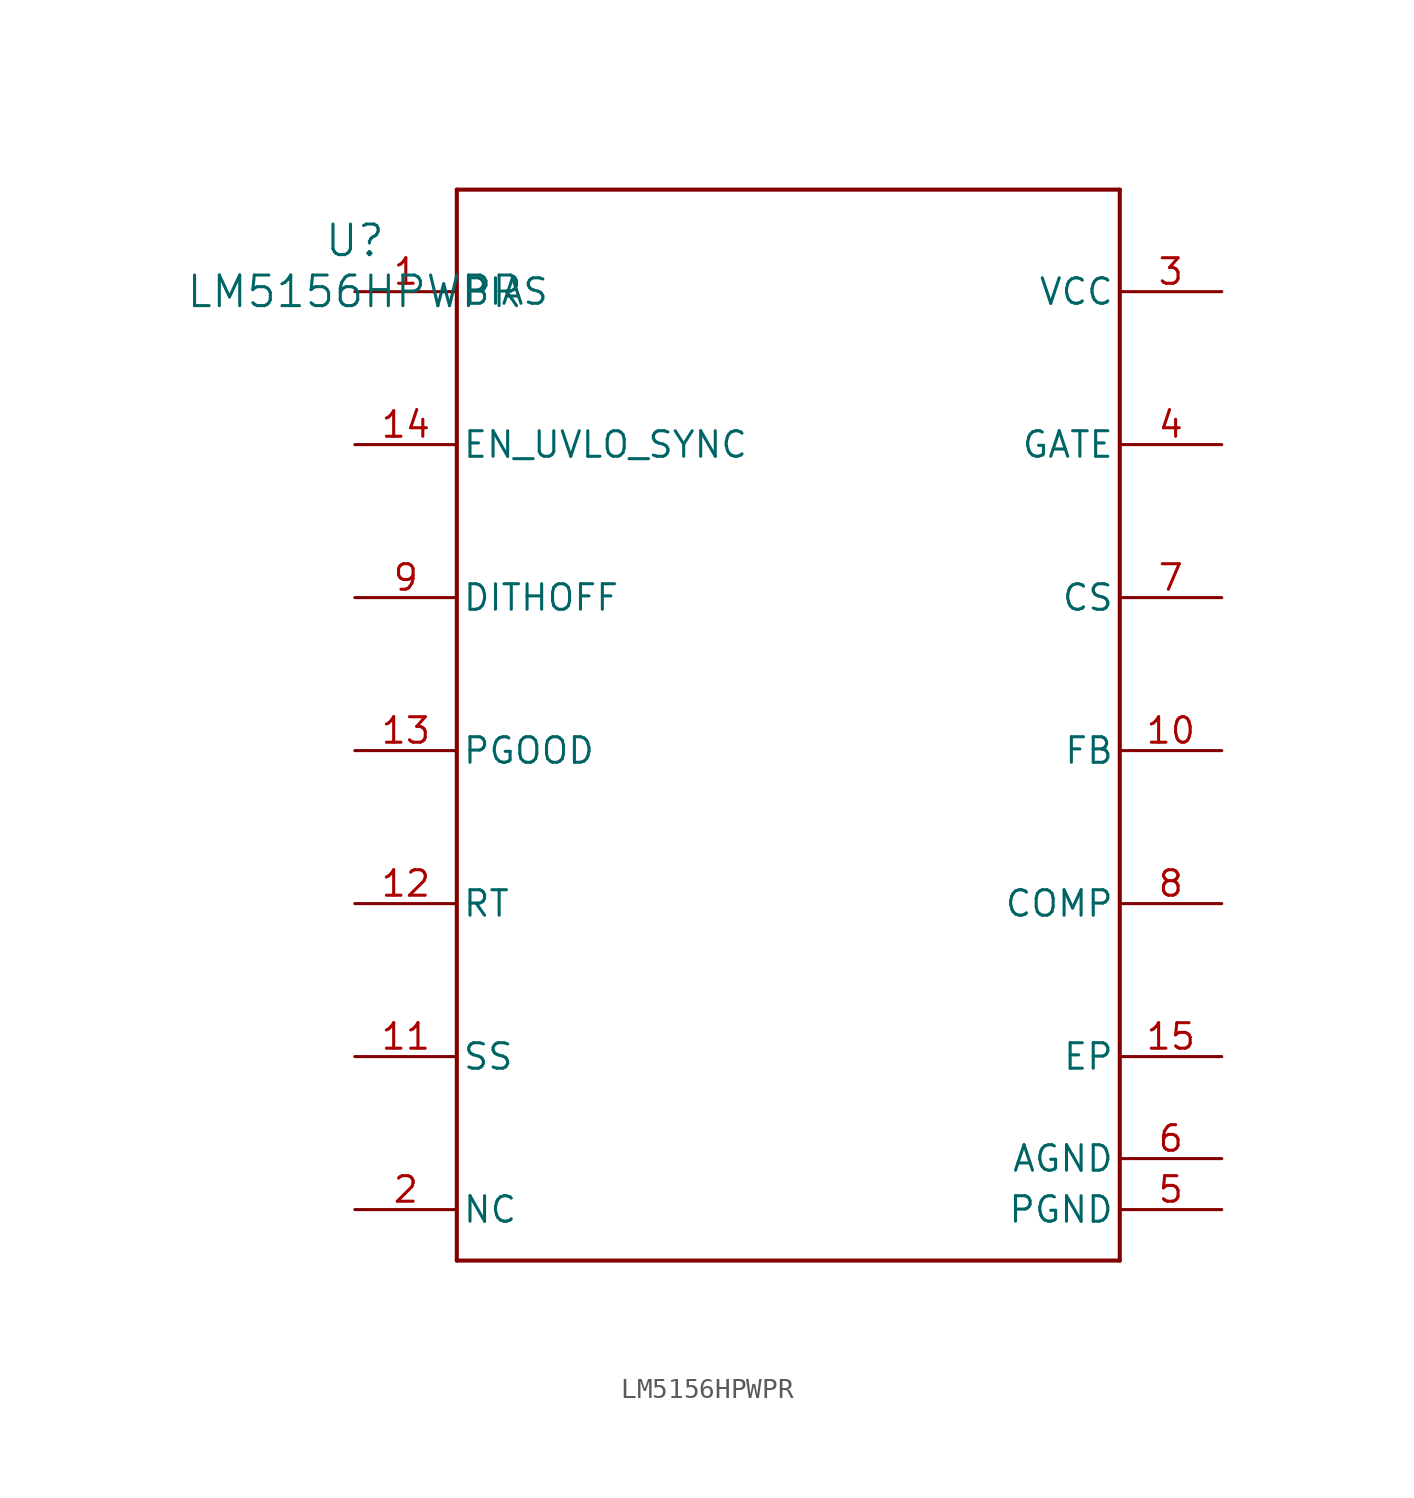
<source format=kicad_sym>
(kicad_symbol_lib
  (version 20211014)
  (generator kicad_symbol_editor)
  (symbol "LM5156HPWPR"
    (pin_names
      (offset 0.254))
    (property "Reference" "U"
      (at 0 2.54 0)
      (effects (font (size 1.524 1.524))))
    (property "Value" "LM5156HPWPR"
      (at 0 0 0)
      (effects (font (size 1.524 1.524))))
    (symbol "LM5156HPWPR_0_1"
      (polyline (pts (xy 5.08 -48.26) (xy 38.1 -48.26)) (stroke (width 0.203) (type default) (color 0 0 0 0)) (fill (type none)))
      (polyline (pts (xy 38.1 -48.26) (xy 38.1 5.08)) (stroke (width 0.203) (type default) (color 0 0 0 0)) (fill (type none)))
      (polyline (pts (xy 38.1 5.08) (xy 5.08 5.08)) (stroke (width 0.203) (type default) (color 0 0 0 0)) (fill (type none)))
      (polyline (pts (xy 5.08 5.08) (xy 5.08 -48.26)) (stroke (width 0.203) (type default) (color 0 0 0 0)) (fill (type none)))
      (pin power_in line (at 0 0 0) (length 5.08) (name "BIAS" (effects (font (size 1.27 1.27)))) (number "1" (effects (font (size 1.27 1.27)))))
      (pin unspecified line (at 0 -45.72 0) (length 5.08) (name "NC" (effects (font (size 1.27 1.27)))) (number "2" (effects (font (size 1.27 1.27)))))
      (pin unspecified line (at 43.18 0 180) (length 5.08) (name "VCC" (effects (font (size 1.27 1.27)))) (number "3" (effects (font (size 1.27 1.27)))))
      (pin unspecified line (at 43.18 -7.62 180) (length 5.08) (name "GATE" (effects (font (size 1.27 1.27)))) (number "4" (effects (font (size 1.27 1.27)))))
      (pin power_in line (at 43.18 -45.72 180) (length 5.08) (name "PGND" (effects (font (size 1.27 1.27)))) (number "5" (effects (font (size 1.27 1.27)))))
      (pin power_in line (at 43.18 -43.18 180) (length 5.08) (name "AGND" (effects (font (size 1.27 1.27)))) (number "6" (effects (font (size 1.27 1.27)))))
      (pin unspecified line (at 43.18 -15.24 180) (length 5.08) (name "CS" (effects (font (size 1.27 1.27)))) (number "7" (effects (font (size 1.27 1.27)))))
      (pin unspecified line (at 43.18 -30.48 180) (length 5.08) (name "COMP" (effects (font (size 1.27 1.27)))) (number "8" (effects (font (size 1.27 1.27)))))
      (pin input line (at 0 -15.24 0) (length 5.08) (name "DITHOFF" (effects (font (size 1.27 1.27)))) (number "9" (effects (font (size 1.27 1.27)))))
      (pin unspecified line (at 43.18 -22.86 180) (length 5.08) (name "FB" (effects (font (size 1.27 1.27)))) (number "10" (effects (font (size 1.27 1.27)))))
      (pin unspecified line (at 0 -38.1 0) (length 5.08) (name "SS" (effects (font (size 1.27 1.27)))) (number "11" (effects (font (size 1.27 1.27)))))
      (pin unspecified line (at 0 -30.48 0) (length 5.08) (name "RT" (effects (font (size 1.27 1.27)))) (number "12" (effects (font (size 1.27 1.27)))))
      (pin open_collector line (at 0 -22.86 0) (length 5.08) (name "PGOOD" (effects (font (size 1.27 1.27)))) (number "13" (effects (font (size 1.27 1.27)))))
      (pin input line (at 0 -7.62 0) (length 5.08) (name "EN_UVLO_SYNC" (effects (font (size 1.27 1.27)))) (number "14" (effects (font (size 1.27 1.27)))))
      (pin unspecified line (at 43.18 -38.1 180) (length 5.08) (name "EP" (effects (font (size 1.27 1.27)))) (number "15" (effects (font (size 1.27 1.27))))))))
</source>
